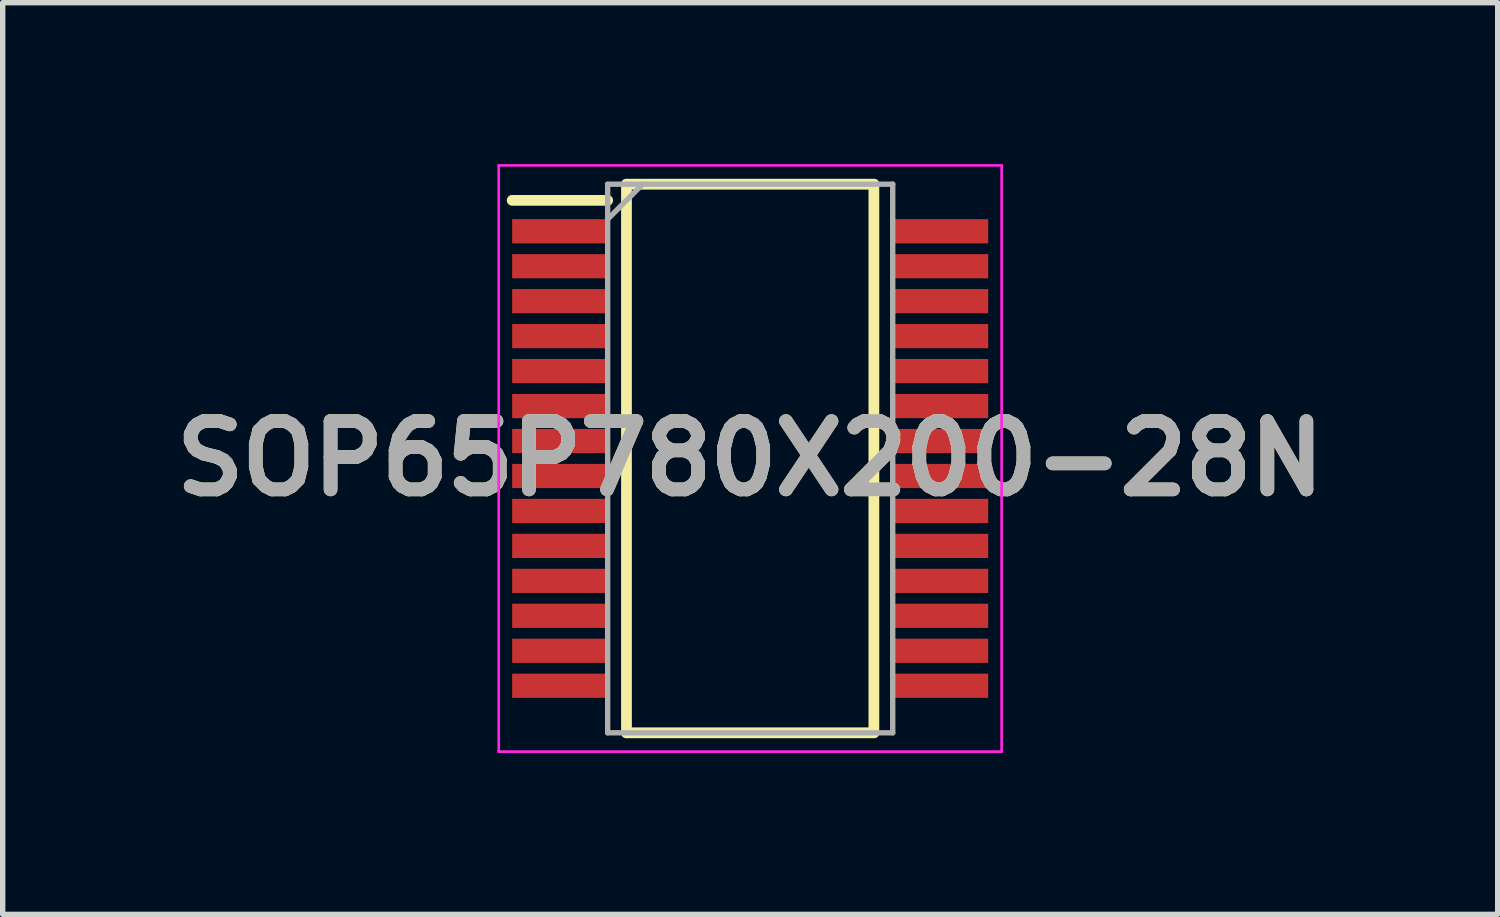
<source format=kicad_pcb>
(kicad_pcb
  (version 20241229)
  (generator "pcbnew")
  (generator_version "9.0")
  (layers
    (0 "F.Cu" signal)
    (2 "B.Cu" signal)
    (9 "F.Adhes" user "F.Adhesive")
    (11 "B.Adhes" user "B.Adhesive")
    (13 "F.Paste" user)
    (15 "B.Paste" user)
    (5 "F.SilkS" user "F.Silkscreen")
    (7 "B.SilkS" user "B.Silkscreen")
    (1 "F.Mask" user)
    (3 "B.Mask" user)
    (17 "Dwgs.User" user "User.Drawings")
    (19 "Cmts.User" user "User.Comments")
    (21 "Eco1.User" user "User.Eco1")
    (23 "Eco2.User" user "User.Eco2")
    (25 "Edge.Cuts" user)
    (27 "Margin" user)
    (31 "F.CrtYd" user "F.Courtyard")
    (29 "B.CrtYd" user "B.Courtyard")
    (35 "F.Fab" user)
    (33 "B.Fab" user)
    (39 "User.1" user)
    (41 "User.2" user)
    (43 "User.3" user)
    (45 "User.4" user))
  (footprint "SOP65P780X200-28N"
    (layer "F.Cu")
    (at 10.898 5.475)
    (property "Reference" "SOP65P780X200-28N" (at 0 0 0) (layer "F.SilkS") (effects (font (size 1.27 1.27) (thickness 0.254))))
    (attr smd)
    (fp_line (start -4.425 -4.8) (end -2.65 -4.8) (stroke (width 0.2) (type solid)) (layer "F.SilkS"))
    (fp_line (start -2.3 -5.1) (end 2.3 -5.1) (stroke (width 0.2) (type solid)) (layer "F.SilkS"))
    (fp_line (start -2.3 5.1) (end -2.3 -5.1) (stroke (width 0.2) (type solid)) (layer "F.SilkS"))
    (fp_line (start 2.3 -5.1) (end 2.3 5.1) (stroke (width 0.2) (type solid)) (layer "F.SilkS"))
    (fp_line (start 2.3 5.1) (end -2.3 5.1) (stroke (width 0.2) (type solid)) (layer "F.SilkS"))
    (fp_line (start -4.675 -5.45) (end 4.675 -5.45) (stroke (width 0.05) (type solid)) (layer "F.CrtYd"))
    (fp_line (start -4.675 5.45) (end -4.675 -5.45) (stroke (width 0.05) (type solid)) (layer "F.CrtYd"))
    (fp_line (start 4.675 -5.45) (end 4.675 5.45) (stroke (width 0.05) (type solid)) (layer "F.CrtYd"))
    (fp_line (start 4.675 5.45) (end -4.675 5.45) (stroke (width 0.05) (type solid)) (layer "F.CrtYd"))
    (fp_line (start -2.65 -5.1) (end 2.65 -5.1) (stroke (width 0.1) (type solid)) (layer "F.Fab"))
    (fp_line (start -2.65 -4.45) (end -2 -5.1) (stroke (width 0.1) (type solid)) (layer "F.Fab"))
    (fp_line (start -2.65 5.1) (end -2.65 -5.1) (stroke (width 0.1) (type solid)) (layer "F.Fab"))
    (fp_line (start 2.65 -5.1) (end 2.65 5.1) (stroke (width 0.1) (type solid)) (layer "F.Fab"))
    (fp_line (start 2.65 5.1) (end -2.65 5.1) (stroke (width 0.1) (type solid)) (layer "F.Fab"))
    (fp_text user "${REFERENCE}" (at 0 0 0) (layer "F.Fab") (effects (font (size 1.27 1.27) (thickness 0.254))))
    (pad "1" smd rect (at -3.538 -4.225 90) (size 0.45 1.775) (layers "F.Cu" "F.Mask" "F.Paste"))
    (pad "2" smd rect (at -3.538 -3.575 90) (size 0.45 1.775) (layers "F.Cu" "F.Mask" "F.Paste"))
    (pad "3" smd rect (at -3.538 -2.925 90) (size 0.45 1.775) (layers "F.Cu" "F.Mask" "F.Paste"))
    (pad "4" smd rect (at -3.538 -2.275 90) (size 0.45 1.775) (layers "F.Cu" "F.Mask" "F.Paste"))
    (pad "5" smd rect (at -3.538 -1.625 90) (size 0.45 1.775) (layers "F.Cu" "F.Mask" "F.Paste"))
    (pad "6" smd rect (at -3.538 -0.975 90) (size 0.45 1.775) (layers "F.Cu" "F.Mask" "F.Paste"))
    (pad "7" smd rect (at -3.538 -0.325 90) (size 0.45 1.775) (layers "F.Cu" "F.Mask" "F.Paste"))
    (pad "8" smd rect (at -3.538 0.325 90) (size 0.45 1.775) (layers "F.Cu" "F.Mask" "F.Paste"))
    (pad "9" smd rect (at -3.538 0.975 90) (size 0.45 1.775) (layers "F.Cu" "F.Mask" "F.Paste"))
    (pad "10" smd rect (at -3.538 1.625 90) (size 0.45 1.775) (layers "F.Cu" "F.Mask" "F.Paste"))
    (pad "11" smd rect (at -3.538 2.275 90) (size 0.45 1.775) (layers "F.Cu" "F.Mask" "F.Paste"))
    (pad "12" smd rect (at -3.538 2.925 90) (size 0.45 1.775) (layers "F.Cu" "F.Mask" "F.Paste"))
    (pad "13" smd rect (at -3.538 3.575 90) (size 0.45 1.775) (layers "F.Cu" "F.Mask" "F.Paste"))
    (pad "14" smd rect (at -3.538 4.225 90) (size 0.45 1.775) (layers "F.Cu" "F.Mask" "F.Paste"))
    (pad "15" smd rect (at 3.538 4.225 90) (size 0.45 1.775) (layers "F.Cu" "F.Mask" "F.Paste"))
    (pad "16" smd rect (at 3.538 3.575 90) (size 0.45 1.775) (layers "F.Cu" "F.Mask" "F.Paste"))
    (pad "17" smd rect (at 3.538 2.925 90) (size 0.45 1.775) (layers "F.Cu" "F.Mask" "F.Paste"))
    (pad "18" smd rect (at 3.538 2.275 90) (size 0.45 1.775) (layers "F.Cu" "F.Mask" "F.Paste"))
    (pad "19" smd rect (at 3.538 1.625 90) (size 0.45 1.775) (layers "F.Cu" "F.Mask" "F.Paste"))
    (pad "20" smd rect (at 3.538 0.975 90) (size 0.45 1.775) (layers "F.Cu" "F.Mask" "F.Paste"))
    (pad "21" smd rect (at 3.538 0.325 90) (size 0.45 1.775) (layers "F.Cu" "F.Mask" "F.Paste"))
    (pad "22" smd rect (at 3.538 -0.325 90) (size 0.45 1.775) (layers "F.Cu" "F.Mask" "F.Paste"))
    (pad "23" smd rect (at 3.538 -0.975 90) (size 0.45 1.775) (layers "F.Cu" "F.Mask" "F.Paste"))
    (pad "24" smd rect (at 3.538 -1.625 90) (size 0.45 1.775) (layers "F.Cu" "F.Mask" "F.Paste"))
    (pad "25" smd rect (at 3.538 -2.275 90) (size 0.45 1.775) (layers "F.Cu" "F.Mask" "F.Paste"))
    (pad "26" smd rect (at 3.538 -2.925 90) (size 0.45 1.775) (layers "F.Cu" "F.Mask" "F.Paste"))
    (pad "27" smd rect (at 3.538 -3.575 90) (size 0.45 1.775) (layers "F.Cu" "F.Mask" "F.Paste"))
    (pad "28" smd rect (at 3.538 -4.225 90) (size 0.45 1.775) (layers "F.Cu" "F.Mask" "F.Paste")))
  (gr_rect
    (start -3 -3)
    (end 24.796 13.95)
    (stroke (width 0.1) (type default))
    (fill no)
    (layer "Edge.Cuts")))
</source>
